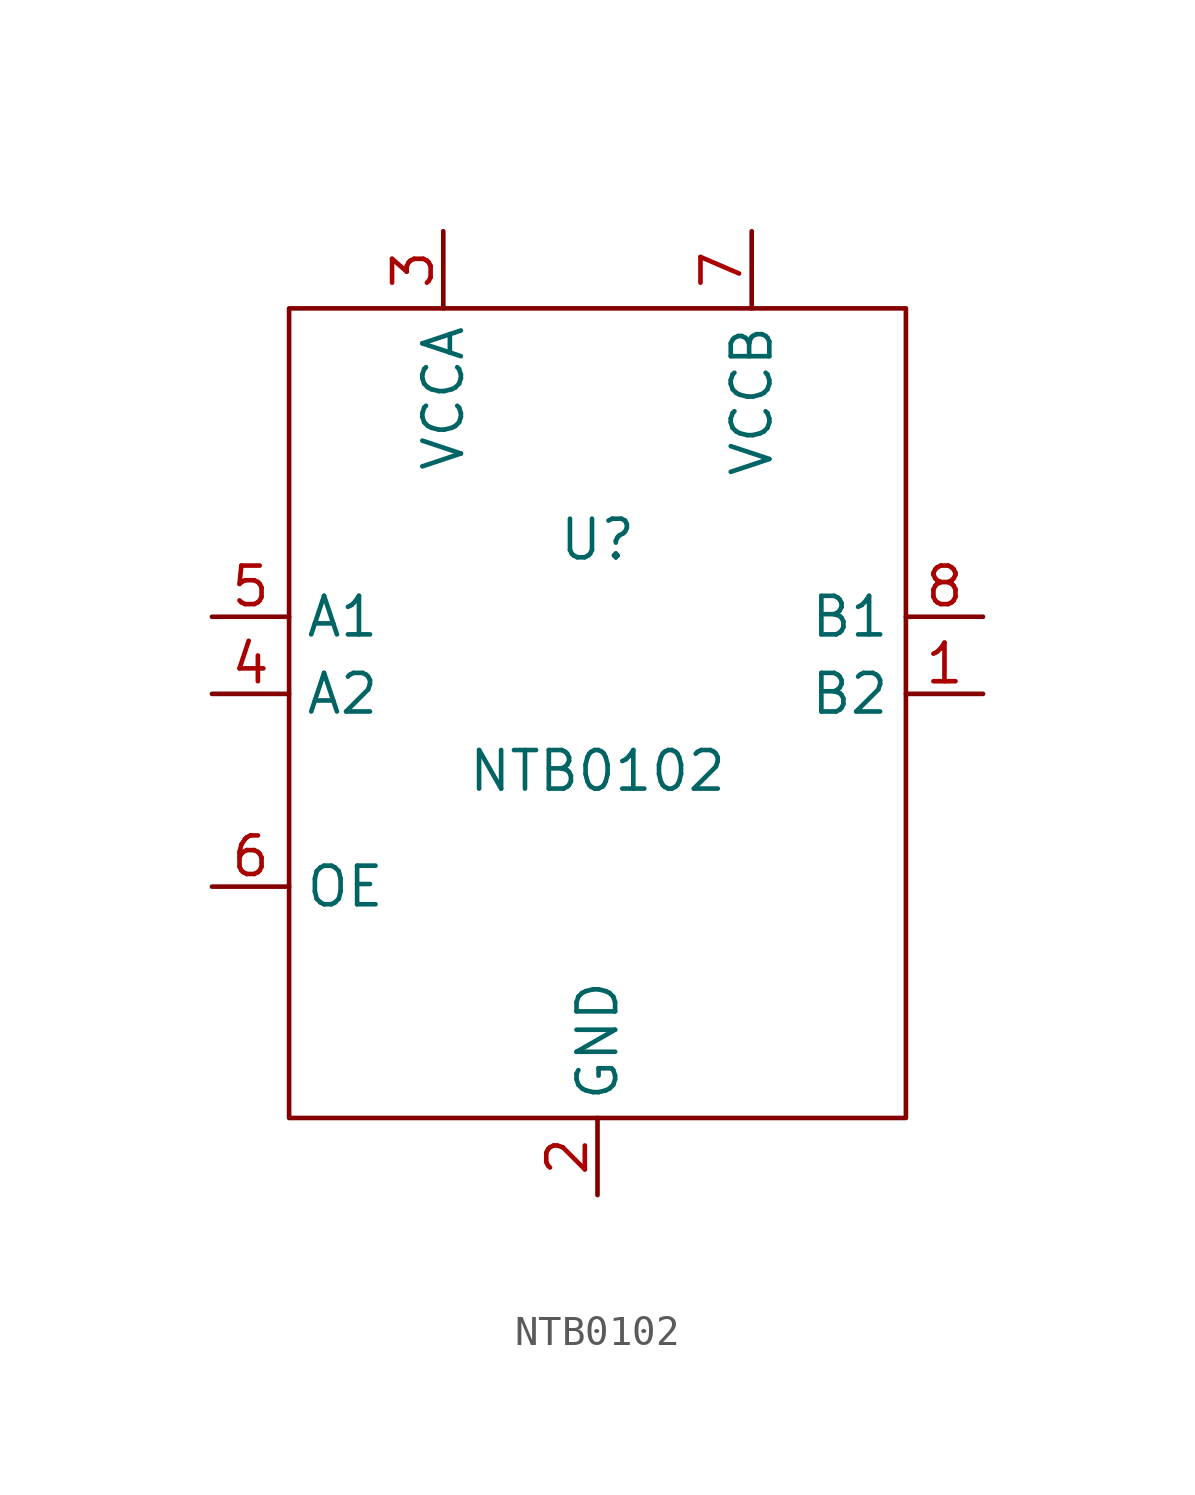
<source format=kicad_sym>
(kicad_symbol_lib
  (version 20201005)
  (generator kicad_symbol_editor)
  (symbol "NTB0102:NTB0102"
    (property "Reference" "U"
      (at 0 3.81 0)
      (effects (font (size 1.27 1.27))))
    (property "Value" "NTB0102"
      (at 0 -3.81 0)
      (effects (font (size 1.27 1.27))))
    (symbol "NTB0102_0_1"
      (rectangle (start -10.16 11.43) (end 10.16 -15.24) (stroke (width 0.152)) (fill (type none))))
    (symbol "NTB0102_1_1"
      (pin bidirectional line (at 12.7 -1.27 180) (length 2.54) (name "B2" (effects (font (size 1.27 1.27)))) (number "1" (effects (font (size 1.27 1.27)))))
      (pin bidirectional line (at 0 -17.78 90) (length 2.54) (name "GND" (effects (font (size 1.27 1.27)))) (number "2" (effects (font (size 1.27 1.27)))))
      (pin power_in line (at -5.08 13.97 270) (length 2.54) (name "VCCA" (effects (font (size 1.27 1.27)))) (number "3" (effects (font (size 1.27 1.27)))))
      (pin bidirectional line (at -12.7 -1.27 0) (length 2.54) (name "A2" (effects (font (size 1.27 1.27)))) (number "4" (effects (font (size 1.27 1.27)))))
      (pin bidirectional line (at -12.7 1.27 0) (length 2.54) (name "A1" (effects (font (size 1.27 1.27)))) (number "5" (effects (font (size 1.27 1.27)))))
      (pin bidirectional line (at -12.7 -7.62 0) (length 2.54) (name "OE" (effects (font (size 1.27 1.27)))) (number "6" (effects (font (size 1.27 1.27)))))
      (pin power_in line (at 5.08 13.97 270) (length 2.54) (name "VCCB" (effects (font (size 1.27 1.27)))) (number "7" (effects (font (size 1.27 1.27)))))
      (pin bidirectional line (at 12.7 1.27 180) (length 2.54) (name "B1" (effects (font (size 1.27 1.27)))) (number "8" (effects (font (size 1.27 1.27))))))))
</source>
